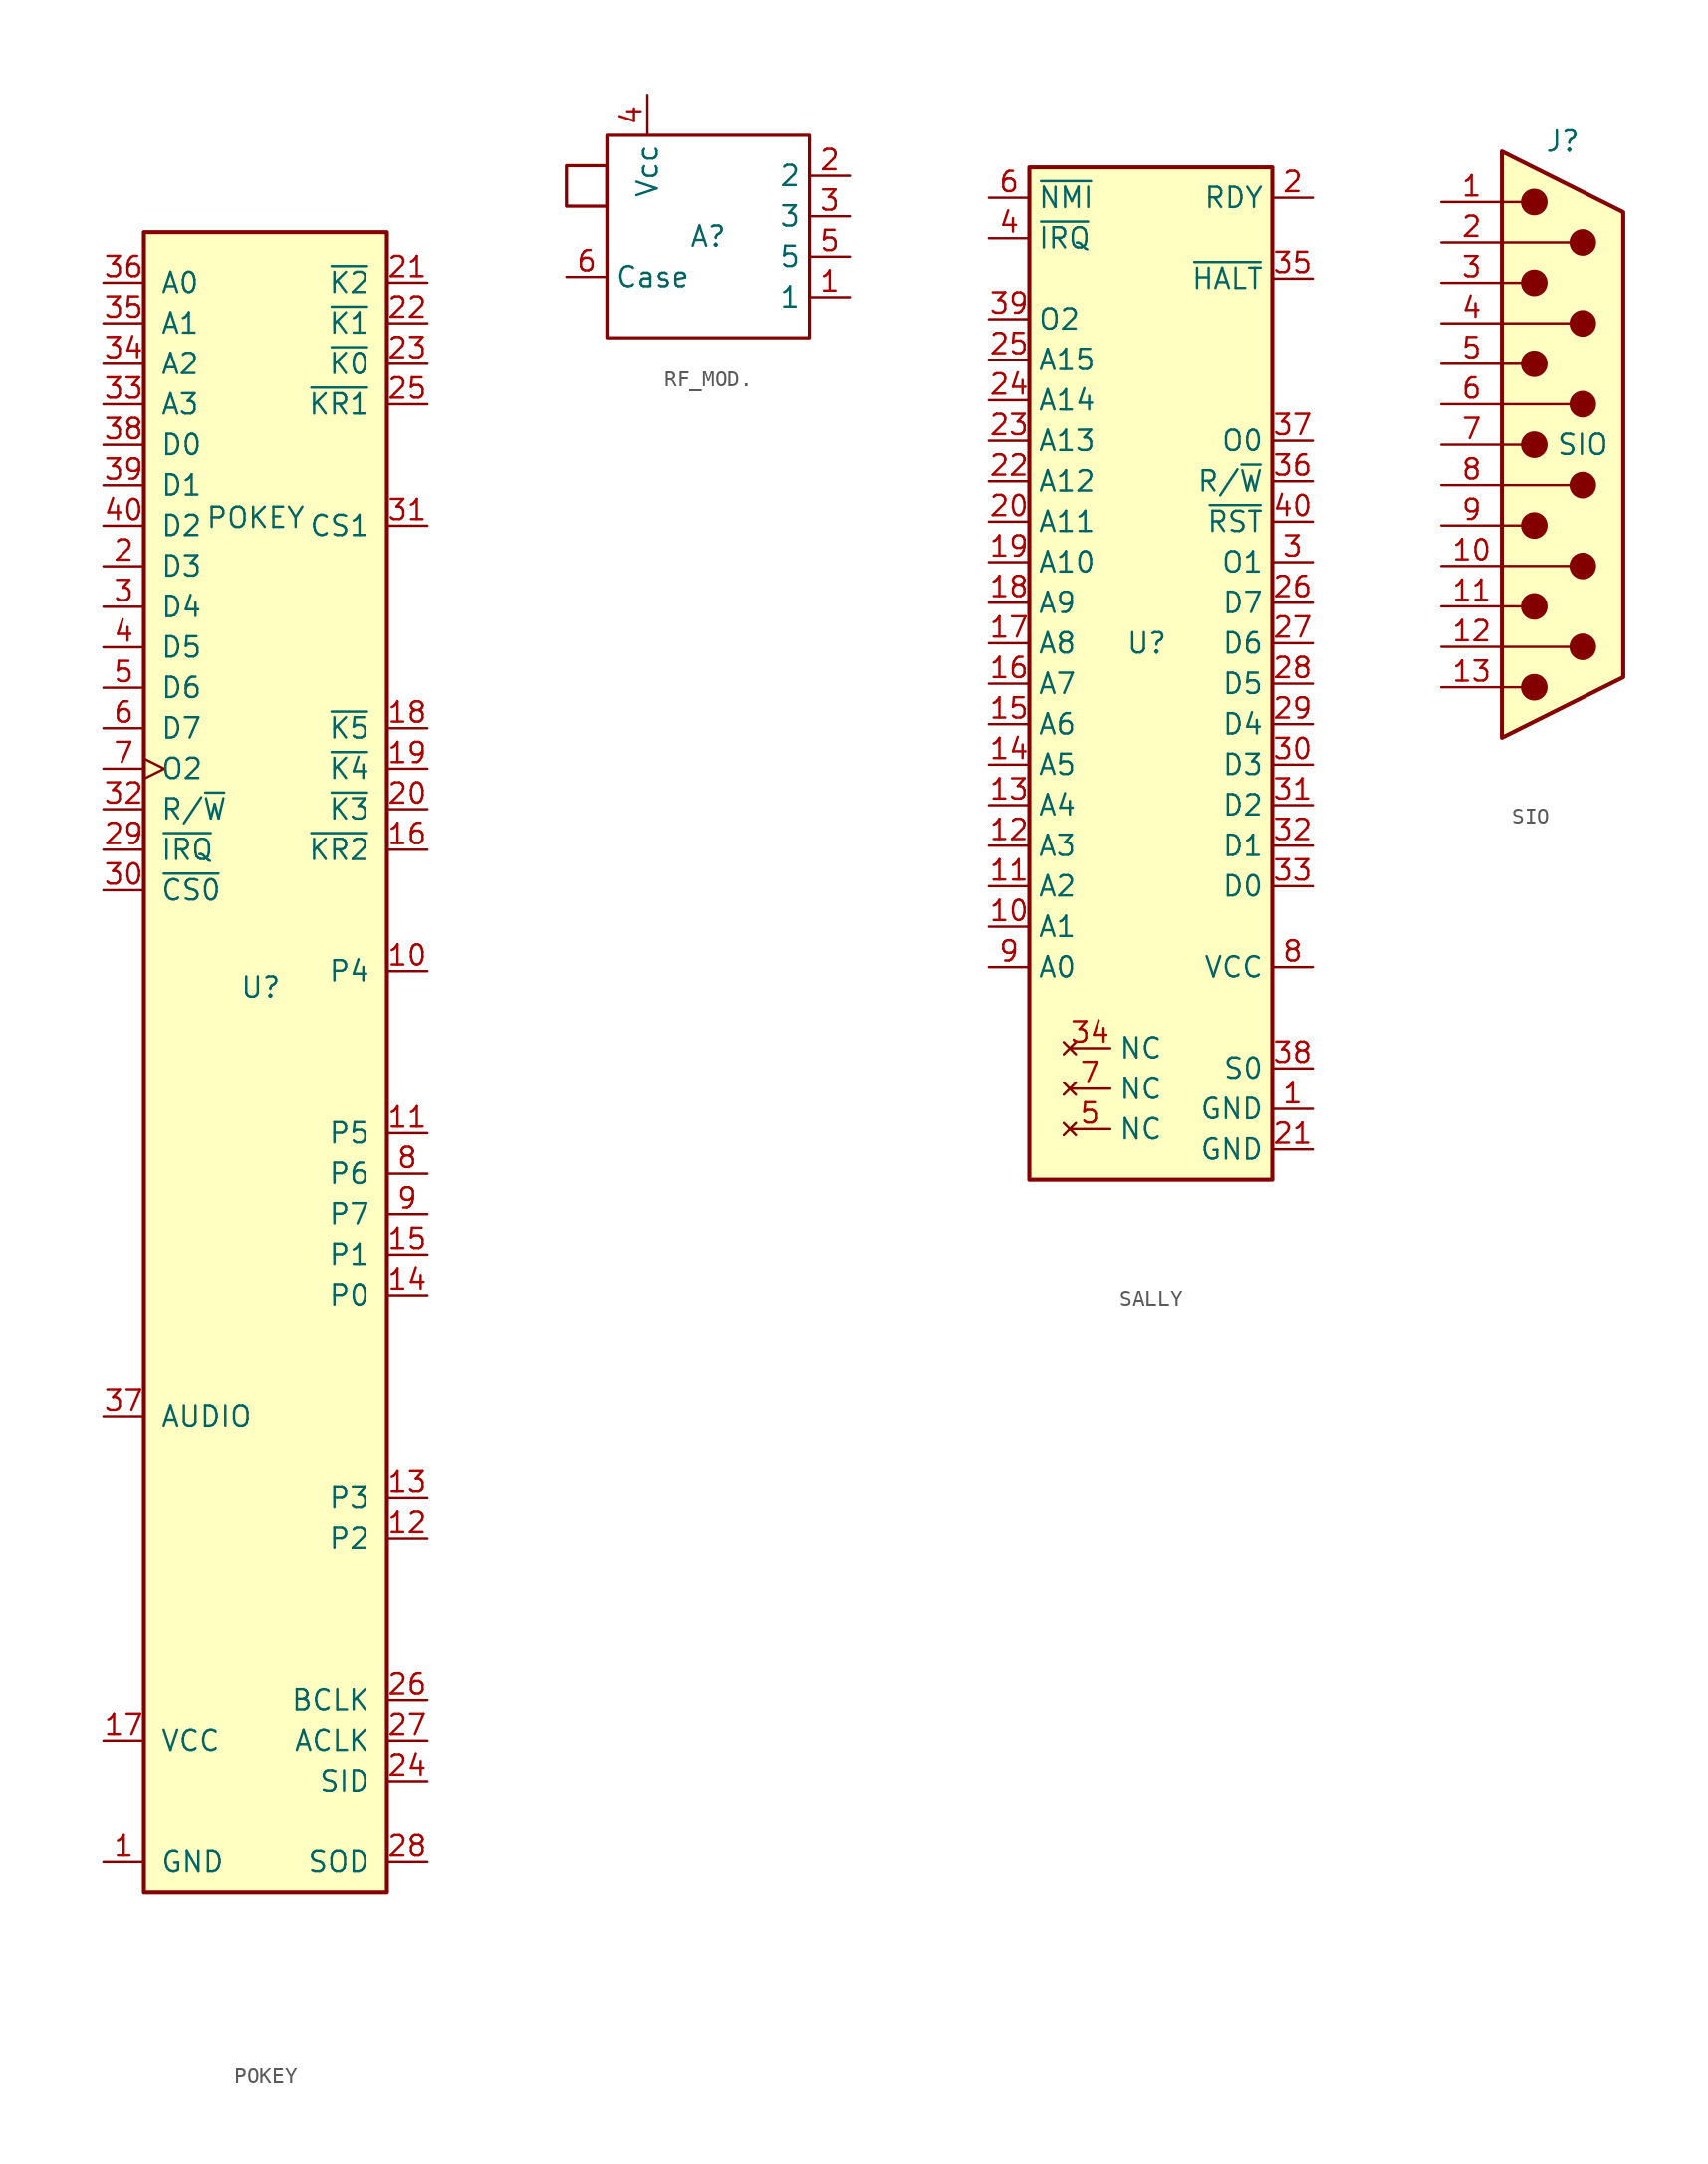
<source format=kicad_sym>
(kicad_symbol_lib
  (version 20241209)
  (generator "kicad_symbol_editor")
  (generator_version "9.0")
  (symbol "POKEY"
    (pin_names
      (offset 1.016))
    (property "Reference" "U"
      (at 1.016 5.334 0)
      (effects (font (size 1.27 1.27)) (justify right)))
    (property "Value" "POKEY"
      (at 2.54 34.798 0)
      (effects (font (size 1.27 1.27)) (justify right)))
    (symbol "POKEY_0_1"
      (rectangle (start -7.62 52.705) (end 7.62 -51.435) (stroke (width 0.254) (type default)) (fill (type background))))
    (symbol "POKEY_1_1"
      (pin input line (at -10.16 49.53 0) (length 2.54) (name "A0" (effects (font (size 1.27 1.27)))) (number "36" (effects (font (size 1.27 1.27)))))
      (pin input line (at -10.16 46.99 0) (length 2.54) (name "A1" (effects (font (size 1.27 1.27)))) (number "35" (effects (font (size 1.27 1.27)))))
      (pin input line (at -10.16 44.45 0) (length 2.54) (name "A2" (effects (font (size 1.27 1.27)))) (number "34" (effects (font (size 1.27 1.27)))))
      (pin input line (at -10.16 41.91 0) (length 2.54) (name "A3" (effects (font (size 1.27 1.27)))) (number "33" (effects (font (size 1.27 1.27)))))
      (pin bidirectional line (at -10.16 39.37 0) (length 2.54) (name "D0" (effects (font (size 1.27 1.27)))) (number "38" (effects (font (size 1.27 1.27)))))
      (pin bidirectional line (at -10.16 36.83 0) (length 2.54) (name "D1" (effects (font (size 1.27 1.27)))) (number "39" (effects (font (size 1.27 1.27)))))
      (pin bidirectional line (at -10.16 34.29 0) (length 2.54) (name "D2" (effects (font (size 1.27 1.27)))) (number "40" (effects (font (size 1.27 1.27)))))
      (pin bidirectional line (at -10.16 31.75 0) (length 2.54) (name "D3" (effects (font (size 1.27 1.27)))) (number "2" (effects (font (size 1.27 1.27)))))
      (pin bidirectional line (at -10.16 29.21 0) (length 2.54) (name "D4" (effects (font (size 1.27 1.27)))) (number "3" (effects (font (size 1.27 1.27)))))
      (pin bidirectional line (at -10.16 26.67 0) (length 2.54) (name "D5" (effects (font (size 1.27 1.27)))) (number "4" (effects (font (size 1.27 1.27)))))
      (pin bidirectional line (at -10.16 24.13 0) (length 2.54) (name "D6" (effects (font (size 1.27 1.27)))) (number "5" (effects (font (size 1.27 1.27)))))
      (pin bidirectional line (at -10.16 21.59 0) (length 2.54) (name "D7" (effects (font (size 1.27 1.27)))) (number "6" (effects (font (size 1.27 1.27)))))
      (pin input clock (at -10.16 19.05 0) (length 2.54) (name "O2" (effects (font (size 1.27 1.27)))) (number "7" (effects (font (size 1.27 1.27)))))
      (pin input line (at -10.16 16.51 0) (length 2.54) (name "R/~{W}" (effects (font (size 1.27 1.27)))) (number "32" (effects (font (size 1.27 1.27)))))
      (pin input line (at -10.16 13.97 0) (length 2.54) (name "~{IRQ}" (effects (font (size 1.27 1.27)))) (number "29" (effects (font (size 1.27 1.27)))))
      (pin input line (at -10.16 11.43 0) (length 2.54) (name "~{CS0}" (effects (font (size 1.27 1.27)))) (number "30" (effects (font (size 1.27 1.27)))))
      (pin input line (at -10.16 -21.59 0) (length 2.54) (name "AUDIO" (effects (font (size 1.27 1.27)))) (number "37" (effects (font (size 1.27 1.27)))))
      (pin power_in line (at -10.16 -41.91 0) (length 2.54) (name "VCC" (effects (font (size 1.27 1.27)))) (number "17" (effects (font (size 1.27 1.27)))))
      (pin power_in line (at -10.16 -49.53 0) (length 2.54) (name "GND" (effects (font (size 1.27 1.27)))) (number "1" (effects (font (size 1.27 1.27)))))
      (pin input line (at 10.16 49.53 180) (length 2.54) (name "~{K2}" (effects (font (size 1.27 1.27)))) (number "21" (effects (font (size 1.27 1.27)))))
      (pin input line (at 10.16 46.99 180) (length 2.54) (name "~{K1}" (effects (font (size 1.27 1.27)))) (number "22" (effects (font (size 1.27 1.27)))))
      (pin input line (at 10.16 44.45 180) (length 2.54) (name "~{K0}" (effects (font (size 1.27 1.27)))) (number "23" (effects (font (size 1.27 1.27)))))
      (pin output line (at 10.16 41.91 180) (length 2.54) (name "~{KR1}" (effects (font (size 1.27 1.27)))) (number "25" (effects (font (size 1.27 1.27)))))
      (pin input line (at 10.16 34.29 180) (length 2.54) (name "CS1" (effects (font (size 1.27 1.27)))) (number "31" (effects (font (size 1.27 1.27)))))
      (pin input line (at 10.16 21.59 180) (length 2.54) (name "~{K5}" (effects (font (size 1.27 1.27)))) (number "18" (effects (font (size 1.27 1.27)))))
      (pin input line (at 10.16 19.05 180) (length 2.54) (name "~{K4}" (effects (font (size 1.27 1.27)))) (number "19" (effects (font (size 1.27 1.27)))))
      (pin input line (at 10.16 16.51 180) (length 2.54) (name "~{K3}" (effects (font (size 1.27 1.27)))) (number "20" (effects (font (size 1.27 1.27)))))
      (pin output line (at 10.16 13.97 180) (length 2.54) (name "~{KR2}" (effects (font (size 1.27 1.27)))) (number "16" (effects (font (size 1.27 1.27)))))
      (pin bidirectional line (at 10.16 6.35 180) (length 2.54) (name "P4" (effects (font (size 1.27 1.27)))) (number "10" (effects (font (size 1.27 1.27)))))
      (pin input line (at 10.16 -3.81 180) (length 2.54) (name "P5" (effects (font (size 1.27 1.27)))) (number "11" (effects (font (size 1.27 1.27)))))
      (pin input line (at 10.16 -6.35 180) (length 2.54) (name "P6" (effects (font (size 1.27 1.27)))) (number "8" (effects (font (size 1.27 1.27)))))
      (pin input line (at 10.16 -8.89 180) (length 2.54) (name "P7" (effects (font (size 1.27 1.27)))) (number "9" (effects (font (size 1.27 1.27)))))
      (pin input line (at 10.16 -11.43 180) (length 2.54) (name "P1" (effects (font (size 1.27 1.27)))) (number "15" (effects (font (size 1.27 1.27)))))
      (pin input line (at 10.16 -13.97 180) (length 2.54) (name "P0" (effects (font (size 1.27 1.27)))) (number "14" (effects (font (size 1.27 1.27)))))
      (pin bidirectional line (at 10.16 -26.67 180) (length 2.54) (name "P3" (effects (font (size 1.27 1.27)))) (number "13" (effects (font (size 1.27 1.27)))))
      (pin bidirectional line (at 10.16 -29.21 180) (length 2.54) (name "P2" (effects (font (size 1.27 1.27)))) (number "12" (effects (font (size 1.27 1.27)))))
      (pin bidirectional line (at 10.16 -39.37 180) (length 2.54) (name "BCLK" (effects (font (size 1.27 1.27)))) (number "26" (effects (font (size 1.27 1.27)))))
      (pin bidirectional line (at 10.16 -41.91 180) (length 2.54) (name "ACLK" (effects (font (size 1.27 1.27)))) (number "27" (effects (font (size 1.27 1.27)))))
      (pin input line (at 10.16 -44.45 180) (length 2.54) (name "SID" (effects (font (size 1.27 1.27)))) (number "24" (effects (font (size 1.27 1.27)))))
      (pin bidirectional line (at 10.16 -49.53 180) (length 2.54) (name "SOD" (effects (font (size 1.27 1.27)))) (number "28" (effects (font (size 1.27 1.27)))))))
  (symbol "RF_MOD."
    (property "Reference" "A"
      (at 0 0 0)
      (effects (font (size 1.27 1.27))))
    (property "Value" ""
      (at 0 0 0)
      (effects (font (size 1.27 1.27))))
    (symbol "RF_MOD._1_1"
      (rectangle (start -8.89 4.445) (end -6.35 1.905) (stroke (width 0.203) (type solid)) (fill (type none)))
      (rectangle (start -6.35 6.35) (end 6.35 -6.35) (stroke (width 0.203) (type solid)) (fill (type none)))
      (pin input line (at -8.89 -2.54 0) (length 2.54) (name "Case" (effects (font (size 1.27 1.27)))) (number "6" (effects (font (size 1.27 1.27)))))
      (pin input line (at -3.81 8.89 270) (length 2.54) (name "Vcc" (effects (font (size 1.27 1.27)))) (number "4" (effects (font (size 1.27 1.27)))))
      (pin input line (at 8.89 3.81 180) (length 2.54) (name "2" (effects (font (size 1.27 1.27)))) (number "2" (effects (font (size 1.27 1.27)))))
      (pin input line (at 8.89 1.27 180) (length 2.54) (name "3" (effects (font (size 1.27 1.27)))) (number "3" (effects (font (size 1.27 1.27)))))
      (pin input line (at 8.89 -1.27 180) (length 2.54) (name "5" (effects (font (size 1.27 1.27)))) (number "5" (effects (font (size 1.27 1.27)))))
      (pin input line (at 8.89 -3.81 180) (length 2.54) (name "1" (effects (font (size 1.27 1.27)))) (number "1" (effects (font (size 1.27 1.27)))))))
  (symbol "SALLY"
    (property "Reference" "U"
      (at -0.254 0 0)
      (effects (font (size 1.27 1.27))))
    (property "Value" ""
      (at 0 0 0)
      (effects (font (size 1.27 1.27))))
    (symbol "SALLY_1_0"
      (pin input line (at -10.16 27.94 0) (length 2.54) (name "~{NMI}" (effects (font (size 1.27 1.27)))) (number "6" (effects (font (size 1.27 1.27)))))
      (pin input line (at -10.16 20.32 0) (length 2.54) (name "O2" (effects (font (size 1.27 1.27)))) (number "39" (effects (font (size 1.27 1.27)))))
      (pin input line (at -10.16 17.78 0) (length 2.54) (name "A15" (effects (font (size 1.27 1.27)))) (number "25" (effects (font (size 1.27 1.27)))))
      (pin input line (at -10.16 15.24 0) (length 2.54) (name "A14" (effects (font (size 1.27 1.27)))) (number "24" (effects (font (size 1.27 1.27)))))
      (pin no_connect line (at -5.08 -27.94 0) (length 2.54) (name "NC" (effects (font (size 1.27 1.27)))) (number "7" (effects (font (size 1.27 1.27)))))
      (pin no_connect line (at -5.08 -30.48 0) (length 2.54) (name "NC" (effects (font (size 1.27 1.27)))) (number "5" (effects (font (size 1.27 1.27)))))
      (pin output line (at 10.16 27.94 180) (length 2.54) (name "RDY" (effects (font (size 1.27 1.27)))) (number "2" (effects (font (size 1.27 1.27)))))
      (pin output line (at 10.16 22.86 180) (length 2.54) (name "~{HALT}" (effects (font (size 1.27 1.27)))) (number "35" (effects (font (size 1.27 1.27)))))
      (pin output line (at 10.16 12.7 180) (length 2.54) (name "O0" (effects (font (size 1.27 1.27)))) (number "37" (effects (font (size 1.27 1.27)))))
      (pin output line (at 10.16 5.08 180) (length 2.54) (name "O1" (effects (font (size 1.27 1.27)))) (number "3" (effects (font (size 1.27 1.27)))))
      (pin output line (at 10.16 -26.67 180) (length 2.54) (name "S0" (effects (font (size 1.27 1.27)))) (number "38" (effects (font (size 1.27 1.27)))))
      (pin power_in line (at 10.16 -31.75 180) (length 2.54) (name "GND" (effects (font (size 1.27 1.27)))) (number "21" (effects (font (size 1.27 1.27))))))
    (symbol "SALLY_1_1"
      (rectangle (start -7.62 29.845) (end 7.62 -33.655) (stroke (width 0.254) (type default)) (fill (type background)))
      (pin output line (at -10.16 25.4 0) (length 2.54) (name "~{IRQ}" (effects (font (size 1.27 1.27)))) (number "4" (effects (font (size 1.27 1.27)))))
      (pin input line (at -10.16 12.7 0) (length 2.54) (name "A13" (effects (font (size 1.27 1.27)))) (number "23" (effects (font (size 1.27 1.27)))))
      (pin input line (at -10.16 10.16 0) (length 2.54) (name "A12" (effects (font (size 1.27 1.27)))) (number "22" (effects (font (size 1.27 1.27)))))
      (pin input line (at -10.16 7.62 0) (length 2.54) (name "A11" (effects (font (size 1.27 1.27)))) (number "20" (effects (font (size 1.27 1.27)))))
      (pin input line (at -10.16 5.08 0) (length 2.54) (name "A10" (effects (font (size 1.27 1.27)))) (number "19" (effects (font (size 1.27 1.27)))))
      (pin input line (at -10.16 2.54 0) (length 2.54) (name "A9" (effects (font (size 1.27 1.27)))) (number "18" (effects (font (size 1.27 1.27)))))
      (pin input line (at -10.16 0 0) (length 2.54) (name "A8" (effects (font (size 1.27 1.27)))) (number "17" (effects (font (size 1.27 1.27)))))
      (pin input line (at -10.16 -2.54 0) (length 2.54) (name "A7" (effects (font (size 1.27 1.27)))) (number "16" (effects (font (size 1.27 1.27)))))
      (pin input line (at -10.16 -5.08 0) (length 2.54) (name "A6" (effects (font (size 1.27 1.27)))) (number "15" (effects (font (size 1.27 1.27)))))
      (pin input line (at -10.16 -7.62 0) (length 2.54) (name "A5" (effects (font (size 1.27 1.27)))) (number "14" (effects (font (size 1.27 1.27)))))
      (pin input line (at -10.16 -10.16 0) (length 2.54) (name "A4" (effects (font (size 1.27 1.27)))) (number "13" (effects (font (size 1.27 1.27)))))
      (pin input line (at -10.16 -12.7 0) (length 2.54) (name "A3" (effects (font (size 1.27 1.27)))) (number "12" (effects (font (size 1.27 1.27)))))
      (pin input line (at -10.16 -15.24 0) (length 2.54) (name "A2" (effects (font (size 1.27 1.27)))) (number "11" (effects (font (size 1.27 1.27)))))
      (pin input line (at -10.16 -17.78 0) (length 2.54) (name "A1" (effects (font (size 1.27 1.27)))) (number "10" (effects (font (size 1.27 1.27)))))
      (pin input line (at -10.16 -20.32 0) (length 2.54) (name "A0" (effects (font (size 1.27 1.27)))) (number "9" (effects (font (size 1.27 1.27)))))
      (pin no_connect line (at -5.08 -25.4 0) (length 2.54) (name "NC" (effects (font (size 1.27 1.27)))) (number "34" (effects (font (size 1.27 1.27)))))
      (pin output line (at 10.16 10.16 180) (length 2.54) (name "R/~{W}" (effects (font (size 1.27 1.27)))) (number "36" (effects (font (size 1.27 1.27)))))
      (pin output line (at 10.16 7.62 180) (length 2.54) (name "~{RST}" (effects (font (size 1.27 1.27)))) (number "40" (effects (font (size 1.27 1.27)))))
      (pin tri_state line (at 10.16 2.54 180) (length 2.54) (name "D7" (effects (font (size 1.27 1.27)))) (number "26" (effects (font (size 1.27 1.27)))))
      (pin tri_state line (at 10.16 0 180) (length 2.54) (name "D6" (effects (font (size 1.27 1.27)))) (number "27" (effects (font (size 1.27 1.27)))))
      (pin tri_state line (at 10.16 -2.54 180) (length 2.54) (name "D5" (effects (font (size 1.27 1.27)))) (number "28" (effects (font (size 1.27 1.27)))))
      (pin tri_state line (at 10.16 -5.08 180) (length 2.54) (name "D4" (effects (font (size 1.27 1.27)))) (number "29" (effects (font (size 1.27 1.27)))))
      (pin tri_state line (at 10.16 -7.62 180) (length 2.54) (name "D3" (effects (font (size 1.27 1.27)))) (number "30" (effects (font (size 1.27 1.27)))))
      (pin tri_state line (at 10.16 -10.16 180) (length 2.54) (name "D2" (effects (font (size 1.27 1.27)))) (number "31" (effects (font (size 1.27 1.27)))))
      (pin tri_state line (at 10.16 -12.7 180) (length 2.54) (name "D1" (effects (font (size 1.27 1.27)))) (number "32" (effects (font (size 1.27 1.27)))))
      (pin tri_state line (at 10.16 -15.24 180) (length 2.54) (name "D0" (effects (font (size 1.27 1.27)))) (number "33" (effects (font (size 1.27 1.27)))))
      (pin power_in line (at 10.16 -20.32 180) (length 2.54) (name "VCC" (effects (font (size 1.27 1.27)))) (number "8" (effects (font (size 1.27 1.27)))))
      (pin power_in line (at 10.16 -29.21 180) (length 2.54) (name "GND" (effects (font (size 1.27 1.27)))) (number "1" (effects (font (size 1.27 1.27)))))))
  (symbol "SIO"
    (pin_names
      (offset 1.016)
      (hide yes))
    (property "Reference" "J"
      (at 0 19.05 0)
      (effects (font (size 1.27 1.27))))
    (property "Value" "SIO"
      (at 1.27 0 0)
      (effects (font (size 1.27 1.27))))
    (symbol "SIO_0_1"
      (polyline (pts (xy -3.81 15.24) (xy -2.54 15.24)) (stroke (width 0) (type default)) (fill (type none)))
      (polyline (pts (xy -3.81 12.7) (xy 0.508 12.7)) (stroke (width 0) (type default)) (fill (type none)))
      (polyline (pts (xy -3.81 10.16) (xy -2.54 10.16)) (stroke (width 0) (type default)) (fill (type none)))
      (polyline (pts (xy -3.81 7.62) (xy 0.508 7.62)) (stroke (width 0) (type default)) (fill (type none)))
      (polyline (pts (xy -3.81 5.08) (xy -2.54 5.08)) (stroke (width 0) (type default)) (fill (type none)))
      (polyline (pts (xy -3.81 2.54) (xy 0.508 2.54)) (stroke (width 0) (type default)) (fill (type none)))
      (polyline (pts (xy -3.81 0) (xy -2.54 0)) (stroke (width 0) (type default)) (fill (type none)))
      (polyline (pts (xy -3.81 -2.54) (xy 0.508 -2.54)) (stroke (width 0) (type default)) (fill (type none)))
      (polyline (pts (xy -3.81 -5.08) (xy -2.54 -5.08)) (stroke (width 0) (type default)) (fill (type none)))
      (polyline (pts (xy -3.81 -7.62) (xy 0.508 -7.62)) (stroke (width 0) (type default)) (fill (type none)))
      (polyline (pts (xy -3.81 -10.16) (xy -2.54 -10.16)) (stroke (width 0) (type default)) (fill (type none)))
      (polyline (pts (xy -3.81 -12.7) (xy 0.508 -12.7)) (stroke (width 0) (type default)) (fill (type none)))
      (polyline (pts (xy -3.81 -15.24) (xy -2.54 -15.24)) (stroke (width 0) (type default)) (fill (type none)))
      (polyline (pts (xy -3.81 -18.415) (xy -3.81 18.415) (xy 3.81 14.605) (xy 3.81 -14.605) (xy -3.81 -18.415)) (stroke (width 0.254) (type default)) (fill (type background)))
      (circle (center -1.778 15.24) (radius 0.762) (stroke (width 0) (type default)) (fill (type outline)))
      (circle (center -1.778 10.16) (radius 0.762) (stroke (width 0) (type default)) (fill (type outline)))
      (circle (center -1.778 5.08) (radius 0.762) (stroke (width 0) (type default)) (fill (type outline)))
      (circle (center -1.778 0) (radius 0.762) (stroke (width 0) (type default)) (fill (type outline)))
      (circle (center -1.778 -5.08) (radius 0.762) (stroke (width 0) (type default)) (fill (type outline)))
      (circle (center -1.778 -10.16) (radius 0.762) (stroke (width 0) (type default)) (fill (type outline)))
      (circle (center -1.778 -15.24) (radius 0.762) (stroke (width 0) (type default)) (fill (type outline)))
      (circle (center 1.27 12.7) (radius 0.762) (stroke (width 0) (type default)) (fill (type outline)))
      (circle (center 1.27 7.62) (radius 0.762) (stroke (width 0) (type default)) (fill (type outline)))
      (circle (center 1.27 2.54) (radius 0.762) (stroke (width 0) (type default)) (fill (type outline)))
      (circle (center 1.27 -2.54) (radius 0.762) (stroke (width 0) (type default)) (fill (type outline)))
      (circle (center 1.27 -7.62) (radius 0.762) (stroke (width 0) (type default)) (fill (type outline)))
      (circle (center 1.27 -12.7) (radius 0.762) (stroke (width 0) (type default)) (fill (type outline))))
    (symbol "SIO_1_1"
      (pin passive line (at -7.62 15.24 0) (length 3.81) (name "1" (effects (font (size 1.27 1.27)))) (number "1" (effects (font (size 1.27 1.27)))))
      (pin passive line (at -7.62 12.7 0) (length 3.81) (name "2" (effects (font (size 1.27 1.27)))) (number "2" (effects (font (size 1.27 1.27)))))
      (pin passive line (at -7.62 10.16 0) (length 3.81) (name "3" (effects (font (size 1.27 1.27)))) (number "3" (effects (font (size 1.27 1.27)))))
      (pin passive line (at -7.62 7.62 0) (length 3.81) (name "4" (effects (font (size 1.27 1.27)))) (number "4" (effects (font (size 1.27 1.27)))))
      (pin passive line (at -7.62 5.08 0) (length 3.81) (name "5" (effects (font (size 1.27 1.27)))) (number "5" (effects (font (size 1.27 1.27)))))
      (pin passive line (at -7.62 2.54 0) (length 3.81) (name "6" (effects (font (size 1.27 1.27)))) (number "6" (effects (font (size 1.27 1.27)))))
      (pin passive line (at -7.62 0 0) (length 3.81) (name "7" (effects (font (size 1.27 1.27)))) (number "7" (effects (font (size 1.27 1.27)))))
      (pin passive line (at -7.62 -2.54 0) (length 3.81) (name "8" (effects (font (size 1.27 1.27)))) (number "8" (effects (font (size 1.27 1.27)))))
      (pin passive line (at -7.62 -5.08 0) (length 3.81) (name "9" (effects (font (size 1.27 1.27)))) (number "9" (effects (font (size 1.27 1.27)))))
      (pin passive line (at -7.62 -7.62 0) (length 3.81) (name "10" (effects (font (size 1.27 1.27)))) (number "10" (effects (font (size 1.27 1.27)))))
      (pin passive line (at -7.62 -10.16 0) (length 3.81) (name "11" (effects (font (size 1.27 1.27)))) (number "11" (effects (font (size 1.27 1.27)))))
      (pin passive line (at -7.62 -12.7 0) (length 3.81) (name "12" (effects (font (size 1.27 1.27)))) (number "12" (effects (font (size 1.27 1.27)))))
      (pin passive line (at -7.62 -15.24 0) (length 3.81) (name "13" (effects (font (size 1.27 1.27)))) (number "13" (effects (font (size 1.27 1.27))))))))
</source>
